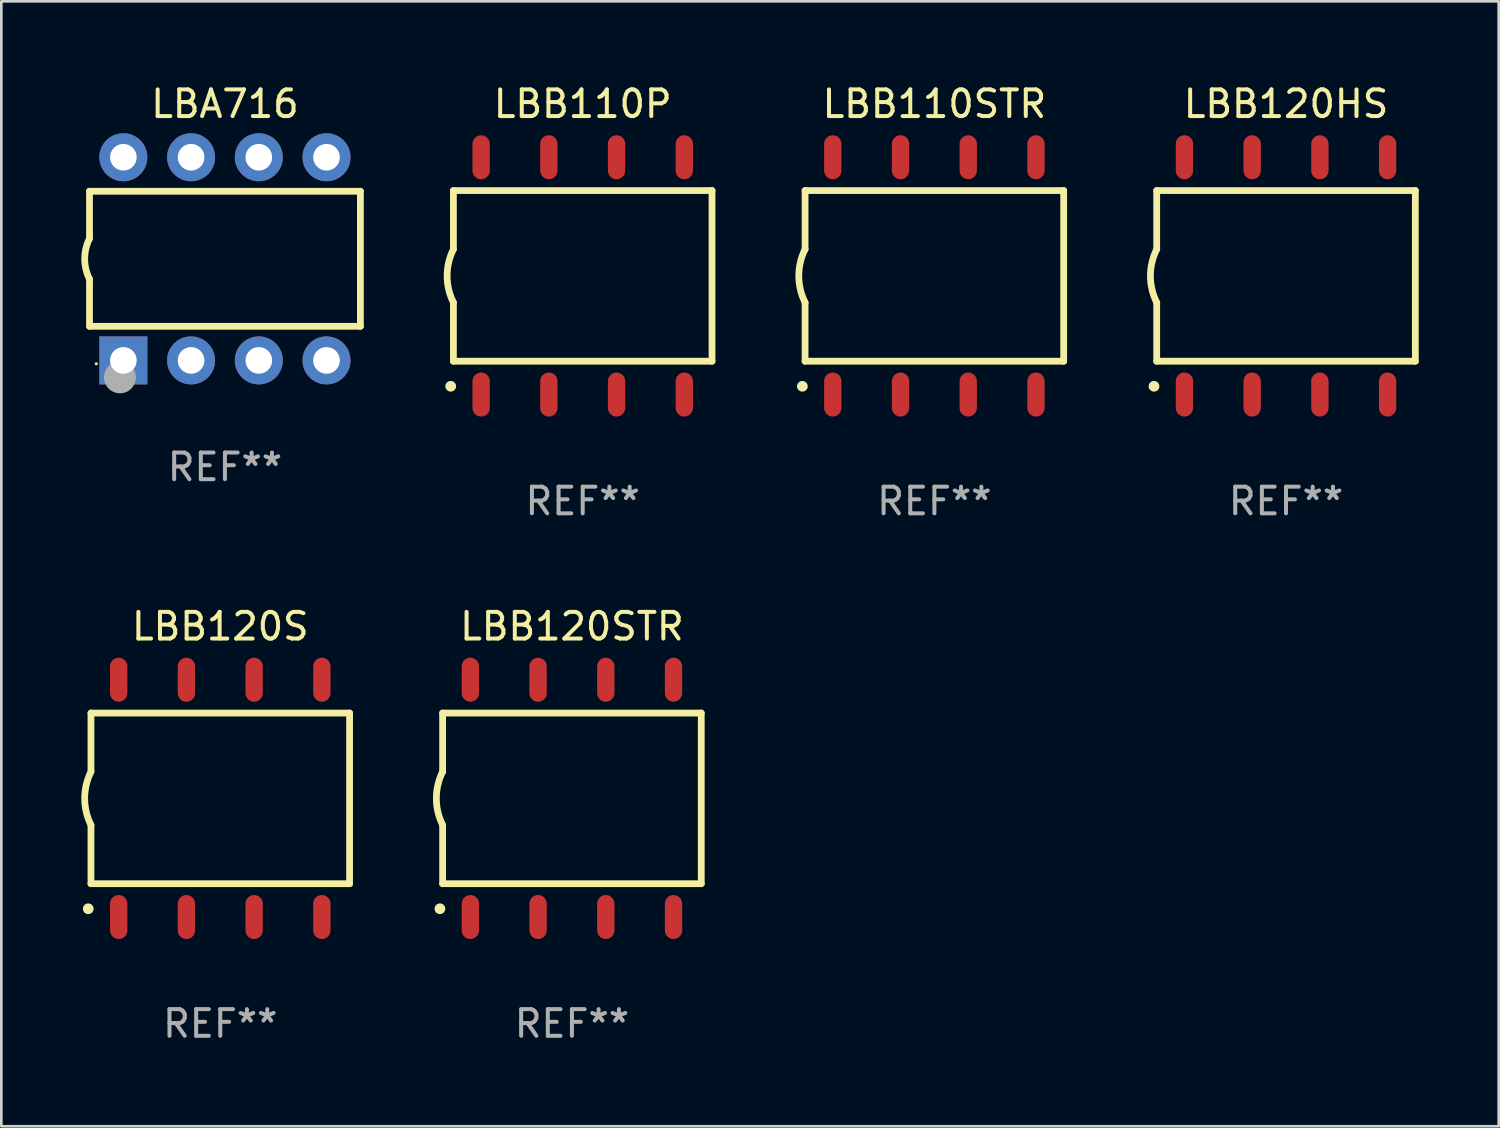
<source format=kicad_pcb>
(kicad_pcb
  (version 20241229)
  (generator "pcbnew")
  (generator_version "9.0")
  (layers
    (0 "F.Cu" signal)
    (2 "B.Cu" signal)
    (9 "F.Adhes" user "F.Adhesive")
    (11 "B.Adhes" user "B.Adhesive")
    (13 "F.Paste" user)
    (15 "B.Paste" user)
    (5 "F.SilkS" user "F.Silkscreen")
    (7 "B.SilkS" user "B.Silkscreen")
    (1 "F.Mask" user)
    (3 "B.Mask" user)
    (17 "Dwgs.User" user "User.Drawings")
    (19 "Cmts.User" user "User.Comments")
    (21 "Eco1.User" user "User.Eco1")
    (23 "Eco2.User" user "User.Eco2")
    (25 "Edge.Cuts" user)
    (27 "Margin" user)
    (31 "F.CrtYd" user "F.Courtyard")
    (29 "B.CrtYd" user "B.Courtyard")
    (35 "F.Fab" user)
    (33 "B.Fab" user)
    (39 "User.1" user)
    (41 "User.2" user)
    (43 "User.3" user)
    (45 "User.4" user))
  (footprint "LBB120HS"
    (layer "F.Cu")
    (at 45.185 7.298)
    (property "Reference" "LBB120HS" (at 0 -6.45 0) (layer "F.SilkS") (effects (font (size 1 1) (thickness 0.15))))
    (attr through_hole)
    (fp_line (start -4.85 -3.2) (end -4.85 -1) (stroke (width 0.254) (type solid)) (layer "F.SilkS"))
    (fp_line (start -4.85 -3.2) (end 4.85 -3.2) (stroke (width 0.254) (type solid)) (layer "F.SilkS"))
    (fp_line (start -4.85 3.2) (end -4.85 1) (stroke (width 0.254) (type solid)) (layer "F.SilkS"))
    (fp_line (start 4.85 -3.2) (end 4.85 3.2) (stroke (width 0.254) (type solid)) (layer "F.SilkS"))
    (fp_line (start 4.85 3.2) (end -4.85 3.2) (stroke (width 0.254) (type solid)) (layer "F.SilkS"))
    (fp_arc (start -4.95301 4.140208) (mid -4.95174 4.140204) (end -4.95047 4.140208) (stroke (width 0.4) (type solid)) (layer "F.SilkS"))
    (fp_arc (start -4.84887 1.000762) (mid -5.085418 0.000516) (end -4.850013 -1) (stroke (width 0.254001) (type solid)) (layer "F.SilkS"))
    (fp_text user "REF**" (at 0 8.45 0) (layer "F.Fab") (effects (font (size 1 1) (thickness 0.15))))
    (pad "1" smd oval (at -3.81 4.45) (size 0.65 1.65) (layers "F.Cu" "F.Mask" "F.Paste"))
    (pad "2" smd oval (at -1.27 4.45) (size 0.65 1.65) (layers "F.Cu" "F.Mask" "F.Paste"))
    (pad "3" smd oval (at 1.27 4.45) (size 0.65 1.65) (layers "F.Cu" "F.Mask" "F.Paste"))
    (pad "4" smd oval (at 3.81 4.45) (size 0.65 1.65) (layers "F.Cu" "F.Mask" "F.Paste"))
    (pad "5" smd oval (at 3.81 -4.45 180) (size 0.65 1.65) (layers "F.Cu" "F.Mask" "F.Paste"))
    (pad "6" smd oval (at 1.27 -4.45 180) (size 0.65 1.65) (layers "F.Cu" "F.Mask" "F.Paste"))
    (pad "7" smd oval (at -1.27 -4.45 180) (size 0.65 1.65) (layers "F.Cu" "F.Mask" "F.Paste"))
    (pad "8" smd oval (at -3.81 -4.45 180) (size 0.65 1.65) (layers "F.Cu" "F.Mask" "F.Paste")))
  (footprint "LBB120S"
    (layer "F.Cu")
    (at 5.212 26.895)
    (property "Reference" "LBB120S" (at 0 -6.45 0) (layer "F.SilkS") (effects (font (size 1 1) (thickness 0.15))))
    (attr through_hole)
    (fp_line (start -4.85 -3.2) (end -4.85 -1) (stroke (width 0.254) (type solid)) (layer "F.SilkS"))
    (fp_line (start -4.85 -3.2) (end 4.85 -3.2) (stroke (width 0.254) (type solid)) (layer "F.SilkS"))
    (fp_line (start -4.85 3.2) (end -4.85 1) (stroke (width 0.254) (type solid)) (layer "F.SilkS"))
    (fp_line (start 4.85 -3.2) (end 4.85 3.2) (stroke (width 0.254) (type solid)) (layer "F.SilkS"))
    (fp_line (start 4.85 3.2) (end -4.85 3.2) (stroke (width 0.254) (type solid)) (layer "F.SilkS"))
    (fp_arc (start -4.95301 4.140208) (mid -4.95174 4.140204) (end -4.95047 4.140208) (stroke (width 0.4) (type solid)) (layer "F.SilkS"))
    (fp_arc (start -4.84887 1.000762) (mid -5.085418 0.000516) (end -4.850013 -1) (stroke (width 0.254001) (type solid)) (layer "F.SilkS"))
    (fp_text user "REF**" (at 0 8.45 0) (layer "F.Fab") (effects (font (size 1 1) (thickness 0.15))))
    (pad "1" smd oval (at -3.81 4.45) (size 0.65 1.65) (layers "F.Cu" "F.Mask" "F.Paste"))
    (pad "2" smd oval (at -1.27 4.45) (size 0.65 1.65) (layers "F.Cu" "F.Mask" "F.Paste"))
    (pad "3" smd oval (at 1.27 4.45) (size 0.65 1.65) (layers "F.Cu" "F.Mask" "F.Paste"))
    (pad "4" smd oval (at 3.81 4.45) (size 0.65 1.65) (layers "F.Cu" "F.Mask" "F.Paste"))
    (pad "5" smd oval (at 3.81 -4.45 180) (size 0.65 1.65) (layers "F.Cu" "F.Mask" "F.Paste"))
    (pad "6" smd oval (at 1.27 -4.45 180) (size 0.65 1.65) (layers "F.Cu" "F.Mask" "F.Paste"))
    (pad "7" smd oval (at -1.27 -4.45 180) (size 0.65 1.65) (layers "F.Cu" "F.Mask" "F.Paste"))
    (pad "8" smd oval (at -3.81 -4.45 180) (size 0.65 1.65) (layers "F.Cu" "F.Mask" "F.Paste")))
  (footprint "LBB120STR"
    (layer "F.Cu")
    (at 18.402 26.895)
    (property "Reference" "LBB120STR" (at 0 -6.45 0) (layer "F.SilkS") (effects (font (size 1 1) (thickness 0.15))))
    (attr through_hole)
    (fp_line (start -4.85 -3.2) (end -4.85 -1) (stroke (width 0.254) (type solid)) (layer "F.SilkS"))
    (fp_line (start -4.85 -3.2) (end 4.85 -3.2) (stroke (width 0.254) (type solid)) (layer "F.SilkS"))
    (fp_line (start -4.85 3.2) (end -4.85 1) (stroke (width 0.254) (type solid)) (layer "F.SilkS"))
    (fp_line (start 4.85 -3.2) (end 4.85 3.2) (stroke (width 0.254) (type solid)) (layer "F.SilkS"))
    (fp_line (start 4.85 3.2) (end -4.85 3.2) (stroke (width 0.254) (type solid)) (layer "F.SilkS"))
    (fp_arc (start -4.95301 4.140208) (mid -4.95174 4.140204) (end -4.95047 4.140208) (stroke (width 0.4) (type solid)) (layer "F.SilkS"))
    (fp_arc (start -4.84887 1.000762) (mid -5.085418 0.000516) (end -4.850013 -1) (stroke (width 0.254001) (type solid)) (layer "F.SilkS"))
    (fp_text user "REF**" (at 0 8.45 0) (layer "F.Fab") (effects (font (size 1 1) (thickness 0.15))))
    (pad "1" smd oval (at -3.81 4.45) (size 0.65 1.65) (layers "F.Cu" "F.Mask" "F.Paste"))
    (pad "2" smd oval (at -1.27 4.45) (size 0.65 1.65) (layers "F.Cu" "F.Mask" "F.Paste"))
    (pad "3" smd oval (at 1.27 4.45) (size 0.65 1.65) (layers "F.Cu" "F.Mask" "F.Paste"))
    (pad "4" smd oval (at 3.81 4.45) (size 0.65 1.65) (layers "F.Cu" "F.Mask" "F.Paste"))
    (pad "5" smd oval (at 3.81 -4.45 180) (size 0.65 1.65) (layers "F.Cu" "F.Mask" "F.Paste"))
    (pad "6" smd oval (at 1.27 -4.45 180) (size 0.65 1.65) (layers "F.Cu" "F.Mask" "F.Paste"))
    (pad "7" smd oval (at -1.27 -4.45 180) (size 0.65 1.65) (layers "F.Cu" "F.Mask" "F.Paste"))
    (pad "8" smd oval (at -3.81 -4.45 180) (size 0.65 1.65) (layers "F.Cu" "F.Mask" "F.Paste")))
  (footprint "LBA716"
    (layer "F.Cu")
    (at 5.387 6.658)
    (property "Reference" "LBA716" (at 0 -5.81 0) (layer "F.SilkS") (effects (font (size 1 1) (thickness 0.15))))
    (attr through_hole)
    (fp_line (start -5.08 -2.534) (end 5.08 -2.534) (stroke (width 0.254) (type solid)) (layer "F.SilkS"))
    (fp_line (start -5.08 -0.762) (end -5.08 -2.534) (stroke (width 0.254) (type solid)) (layer "F.SilkS"))
    (fp_line (start -5.08 2.531) (end -5.08 0.762) (stroke (width 0.254) (type solid)) (layer "F.SilkS"))
    (fp_line (start -5.08 2.531) (end 5.08 2.531) (stroke (width 0.254) (type solid)) (layer "F.SilkS"))
    (fp_line (start 5.08 2.531) (end 5.08 -2.534) (stroke (width 0.254) (type solid)) (layer "F.SilkS"))
    (fp_arc (start -5.08001 0.762001) (mid -5.259894 0) (end -5.08001 -0.762002) (stroke (width 0.254001) (type solid)) (layer "F.SilkS"))
    (fp_circle (center -4.826 3.937) (end -4.796 3.937) (stroke (width 0.06) (type solid)) (fill no) (layer "F.SilkS"))
    (fp_circle (center -3.937 4.445) (end -3.637 4.445) (stroke (width 0.6) (type solid)) (fill no) (layer "F.Fab"))
    (fp_text user "REF**" (at 0 7.81 0) (layer "F.Fab") (effects (font (size 1 1) (thickness 0.15))))
    (pad "1" thru_hole rect (at -3.81 3.81) (size 1.8 1.8) (drill 1) (layers "*.Cu" "*.Mask"))
    (pad "2" thru_hole circle (at -1.27 3.81) (size 1.8 1.8) (drill 1) (layers "*.Cu" "*.Mask"))
    (pad "3" thru_hole circle (at 1.27 3.81) (size 1.8 1.8) (drill 1) (layers "*.Cu" "*.Mask"))
    (pad "4" thru_hole circle (at 3.81 3.81) (size 1.8 1.8) (drill 1) (layers "*.Cu" "*.Mask"))
    (pad "5" thru_hole circle (at 3.81 -3.81) (size 1.8 1.8) (drill 1) (layers "*.Cu" "*.Mask"))
    (pad "6" thru_hole circle (at 1.27 -3.81) (size 1.8 1.8) (drill 1) (layers "*.Cu" "*.Mask"))
    (pad "7" thru_hole circle (at -1.27 -3.81) (size 1.8 1.8) (drill 1) (layers "*.Cu" "*.Mask"))
    (pad "8" thru_hole circle (at -3.81 -3.81) (size 1.8 1.8) (drill 1) (layers "*.Cu" "*.Mask")))
  (footprint "LBB110STR"
    (layer "F.Cu")
    (at 31.996 7.298)
    (property "Reference" "LBB110STR" (at 0 -6.45 0) (layer "F.SilkS") (effects (font (size 1 1) (thickness 0.15))))
    (attr through_hole)
    (fp_line (start -4.85 -3.2) (end -4.85 -1) (stroke (width 0.254) (type solid)) (layer "F.SilkS"))
    (fp_line (start -4.85 -3.2) (end 4.85 -3.2) (stroke (width 0.254) (type solid)) (layer "F.SilkS"))
    (fp_line (start -4.85 3.2) (end -4.85 1) (stroke (width 0.254) (type solid)) (layer "F.SilkS"))
    (fp_line (start 4.85 -3.2) (end 4.85 3.2) (stroke (width 0.254) (type solid)) (layer "F.SilkS"))
    (fp_line (start 4.85 3.2) (end -4.85 3.2) (stroke (width 0.254) (type solid)) (layer "F.SilkS"))
    (fp_arc (start -4.95301 4.140208) (mid -4.95174 4.140204) (end -4.95047 4.140208) (stroke (width 0.4) (type solid)) (layer "F.SilkS"))
    (fp_arc (start -4.84887 1.000762) (mid -5.085418 0.000516) (end -4.850013 -1) (stroke (width 0.254001) (type solid)) (layer "F.SilkS"))
    (fp_text user "REF**" (at 0 8.45 0) (layer "F.Fab") (effects (font (size 1 1) (thickness 0.15))))
    (pad "1" smd oval (at -3.81 4.45) (size 0.65 1.65) (layers "F.Cu" "F.Mask" "F.Paste"))
    (pad "2" smd oval (at -1.27 4.45) (size 0.65 1.65) (layers "F.Cu" "F.Mask" "F.Paste"))
    (pad "3" smd oval (at 1.27 4.45) (size 0.65 1.65) (layers "F.Cu" "F.Mask" "F.Paste"))
    (pad "4" smd oval (at 3.81 4.45) (size 0.65 1.65) (layers "F.Cu" "F.Mask" "F.Paste"))
    (pad "5" smd oval (at 3.81 -4.45 180) (size 0.65 1.65) (layers "F.Cu" "F.Mask" "F.Paste"))
    (pad "6" smd oval (at 1.27 -4.45 180) (size 0.65 1.65) (layers "F.Cu" "F.Mask" "F.Paste"))
    (pad "7" smd oval (at -1.27 -4.45 180) (size 0.65 1.65) (layers "F.Cu" "F.Mask" "F.Paste"))
    (pad "8" smd oval (at -3.81 -4.45 180) (size 0.65 1.65) (layers "F.Cu" "F.Mask" "F.Paste")))
  (footprint "LBB110P"
    (layer "F.Cu")
    (at 18.806 7.298)
    (property "Reference" "LBB110P" (at 0 -6.45 0) (layer "F.SilkS") (effects (font (size 1 1) (thickness 0.15))))
    (attr through_hole)
    (fp_line (start -4.85 -3.2) (end -4.85 -1) (stroke (width 0.254) (type solid)) (layer "F.SilkS"))
    (fp_line (start -4.85 -3.2) (end 4.85 -3.2) (stroke (width 0.254) (type solid)) (layer "F.SilkS"))
    (fp_line (start -4.85 3.2) (end -4.85 1) (stroke (width 0.254) (type solid)) (layer "F.SilkS"))
    (fp_line (start 4.85 -3.2) (end 4.85 3.2) (stroke (width 0.254) (type solid)) (layer "F.SilkS"))
    (fp_line (start 4.85 3.2) (end -4.85 3.2) (stroke (width 0.254) (type solid)) (layer "F.SilkS"))
    (fp_arc (start -4.95301 4.140208) (mid -4.95174 4.140204) (end -4.95047 4.140208) (stroke (width 0.4) (type solid)) (layer "F.SilkS"))
    (fp_arc (start -4.84887 1.000762) (mid -5.085418 0.000516) (end -4.850013 -1) (stroke (width 0.254001) (type solid)) (layer "F.SilkS"))
    (fp_text user "REF**" (at 0 8.45 0) (layer "F.Fab") (effects (font (size 1 1) (thickness 0.15))))
    (pad "1" smd oval (at -3.81 4.45) (size 0.65 1.65) (layers "F.Cu" "F.Mask" "F.Paste"))
    (pad "2" smd oval (at -1.27 4.45) (size 0.65 1.65) (layers "F.Cu" "F.Mask" "F.Paste"))
    (pad "3" smd oval (at 1.27 4.45) (size 0.65 1.65) (layers "F.Cu" "F.Mask" "F.Paste"))
    (pad "4" smd oval (at 3.81 4.45) (size 0.65 1.65) (layers "F.Cu" "F.Mask" "F.Paste"))
    (pad "5" smd oval (at 3.81 -4.45 180) (size 0.65 1.65) (layers "F.Cu" "F.Mask" "F.Paste"))
    (pad "6" smd oval (at 1.27 -4.45 180) (size 0.65 1.65) (layers "F.Cu" "F.Mask" "F.Paste"))
    (pad "7" smd oval (at -1.27 -4.45 180) (size 0.65 1.65) (layers "F.Cu" "F.Mask" "F.Paste"))
    (pad "8" smd oval (at -3.81 -4.45 180) (size 0.65 1.65) (layers "F.Cu" "F.Mask" "F.Paste")))
  (gr_rect
    (start -3 -3)
    (end 53.162 39.193)
    (stroke (width 0.1) (type default))
    (fill no)
    (layer "Edge.Cuts")))
</source>
